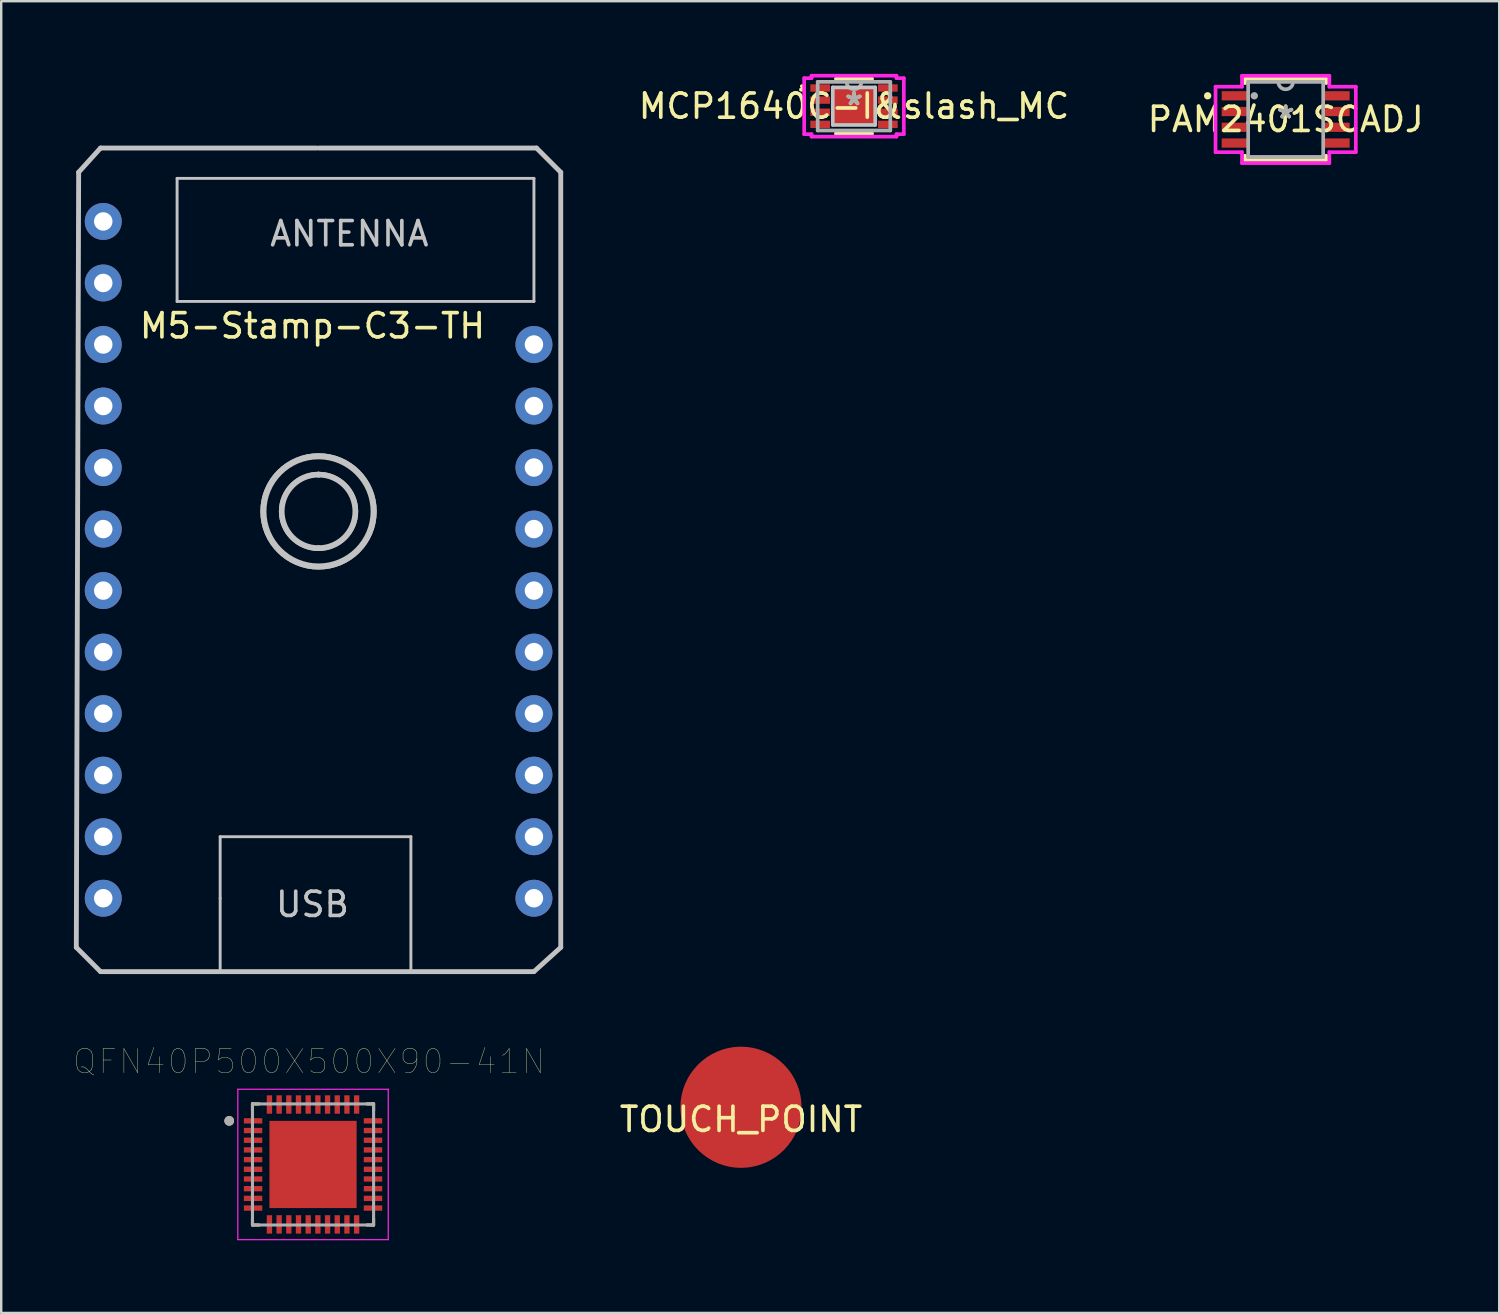
<source format=kicad_pcb>
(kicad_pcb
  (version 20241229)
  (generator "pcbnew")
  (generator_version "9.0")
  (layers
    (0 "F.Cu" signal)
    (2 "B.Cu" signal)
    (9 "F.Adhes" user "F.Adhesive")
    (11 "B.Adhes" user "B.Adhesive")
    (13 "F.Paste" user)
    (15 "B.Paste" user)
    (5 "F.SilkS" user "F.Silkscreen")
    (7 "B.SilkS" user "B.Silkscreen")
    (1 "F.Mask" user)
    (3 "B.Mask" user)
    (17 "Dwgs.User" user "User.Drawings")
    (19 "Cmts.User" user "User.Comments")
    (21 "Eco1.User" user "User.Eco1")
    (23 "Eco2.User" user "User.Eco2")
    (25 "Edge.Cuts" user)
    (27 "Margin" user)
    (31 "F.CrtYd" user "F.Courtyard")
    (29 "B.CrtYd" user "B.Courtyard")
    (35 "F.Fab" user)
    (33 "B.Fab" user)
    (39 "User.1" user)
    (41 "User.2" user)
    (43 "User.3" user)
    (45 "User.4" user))
  (footprint "M5-Stamp-C3-TH"
    (layer "F.Cu")
    (at 9.849 0.25)
    (property "Reference" "M5-Stamp-C3-TH" (at 0 10.152 0) (layer "F.SilkS") (effects (font (size 1 1) (thickness 0.15))))
    (attr through_hole)
    (fp_line (start -9.749 35.812) (end -8.749 36.812) (stroke (width 0.2) (type solid)) (layer "Dwgs.User"))
    (fp_line (start -9.652 3.81) (end -9.749 35.812) (stroke (width 0.2) (type solid)) (layer "Dwgs.User"))
    (fp_line (start -8.749 2.812) (end -9.652 3.81) (stroke (width 0.2) (type solid)) (layer "Dwgs.User"))
    (fp_line (start -8.749 36.812) (end 9.144 36.812) (stroke (width 0.2) (type solid)) (layer "Dwgs.User"))
    (fp_line (start -5.588 4.064) (end 9.144 4.064) (stroke (width 0.12) (type solid)) (layer "Dwgs.User"))
    (fp_line (start -5.588 9.144) (end -5.588 4.064) (stroke (width 0.12) (type solid)) (layer "Dwgs.User"))
    (fp_line (start -3.81 31.242) (end 4.064 31.242) (stroke (width 0.12) (type solid)) (layer "Dwgs.User"))
    (fp_line (start -3.81 33.782) (end -3.81 31.242) (stroke (width 0.12) (type solid)) (layer "Dwgs.User"))
    (fp_line (start -3.81 36.83) (end -3.81 33.782) (stroke (width 0.12) (type solid)) (layer "Dwgs.User"))
    (fp_line (start 0.166 2.812) (end -8.749 2.812) (stroke (width 0.2) (type solid)) (layer "Dwgs.User"))
    (fp_line (start 0.254 16.312) (end 0.254 16.312) (stroke (width 0.2) (type solid)) (layer "Dwgs.User"))
    (fp_line (start 0.254 19.312) (end 0.254 19.312) (stroke (width 0.2) (type solid)) (layer "Dwgs.User"))
    (fp_line (start 0.254 16.278) (end 0.254 16.278) (stroke (width 0.2) (type solid)) (layer "Dwgs.User"))
    (fp_line (start 0.254 16.278) (end 0.254 16.278) (stroke (width 0.2) (type solid)) (layer "Dwgs.User"))
    (fp_line (start 0.254 19.346) (end 0.254 19.346) (stroke (width 0.2) (type solid)) (layer "Dwgs.User"))
    (fp_line (start 0.254 19.346) (end 0.254 19.346) (stroke (width 0.2) (type solid)) (layer "Dwgs.User"))
    (fp_line (start 4.064 31.242) (end 4.064 36.83) (stroke (width 0.12) (type solid)) (layer "Dwgs.User"))
    (fp_line (start 9.144 4.064) (end 9.144 9.144) (stroke (width 0.12) (type solid)) (layer "Dwgs.User"))
    (fp_line (start 9.144 9.144) (end -5.588 9.144) (stroke (width 0.12) (type solid)) (layer "Dwgs.User"))
    (fp_line (start 9.144 36.812) (end 10.251 35.812) (stroke (width 0.2) (type solid)) (layer "Dwgs.User"))
    (fp_line (start 9.251 2.812) (end 0.251 2.812) (stroke (width 0.2) (type solid)) (layer "Dwgs.User"))
    (fp_line (start 10.251 3.812) (end 9.251 2.812) (stroke (width 0.2) (type solid)) (layer "Dwgs.User"))
    (fp_line (start 10.251 35.812) (end 10.251 3.812) (stroke (width 0.2) (type solid)) (layer "Dwgs.User"))
    (fp_arc (start 0.248864 19.34587) (mid -1.284999 17.812007) (end 0.248864 16.278144) (stroke (width 0.2) (type solid)) (layer "Dwgs.User"))
    (fp_arc (start 0.248864 19.34587) (mid -1.284999 17.812007) (end 0.248864 16.278144) (stroke (width 0.2) (type solid)) (layer "Dwgs.User"))
    (fp_arc (start 0.24892 19.312002) (mid -1.251077 17.812005) (end 0.24892 16.312008) (stroke (width 0.2) (type solid)) (layer "Dwgs.User"))
    (fp_arc (start 0.254 16.312008) (mid 1.753997 17.812005) (end 0.254 19.312002) (stroke (width 0.2) (type solid)) (layer "Dwgs.User"))
    (fp_arc (start 0.254059 16.278143) (mid 1.787923 17.812007) (end 0.254059 19.345871) (stroke (width 0.2) (type solid)) (layer "Dwgs.User"))
    (fp_arc (start 0.254059 16.278143) (mid 1.787923 17.812007) (end 0.254059 19.345871) (stroke (width 0.2) (type solid)) (layer "Dwgs.User"))
    (fp_circle (center 0.251 17.812) (end 2.501 17.812) (stroke (width 0.2) (type solid)) (fill no) (layer "Dwgs.User"))
    (fp_circle (center 0.251 17.812) (end 2.552 17.812) (stroke (width 0.2) (type solid)) (fill no) (layer "Dwgs.User"))
    (fp_circle (center 0.251 17.812) (end 2.552 17.812) (stroke (width 0.2) (type solid)) (fill no) (layer "Dwgs.User"))
    (fp_text user "ANTENNA" (at 1.524 6.35 0) (layer "Dwgs.User") (effects (font (size 1 1) (thickness 0.15))))
    (fp_text user "USB" (at 0 34.036 0) (layer "Dwgs.User") (effects (font (size 1 1) (thickness 0.15))))
    (pad "1" thru_hole circle (at -8.636 5.842) (size 1.524 1.524) (drill 0.762) (layers "*.Cu" "*.Mask"))
    (pad "2" thru_hole circle (at -8.636 8.382) (size 1.524 1.524) (drill 0.762) (layers "*.Cu" "*.Mask"))
    (pad "3" thru_hole circle (at -8.636 10.922) (size 1.524 1.524) (drill 0.762) (layers "*.Cu" "*.Mask"))
    (pad "4" thru_hole circle (at -8.636 13.462) (size 1.524 1.524) (drill 0.762) (layers "*.Cu" "*.Mask"))
    (pad "5" thru_hole circle (at -8.636 16.002) (size 1.524 1.524) (drill 0.762) (layers "*.Cu" "*.Mask"))
    (pad "6" thru_hole circle (at -8.636 18.542) (size 1.524 1.524) (drill 0.762) (layers "*.Cu" "*.Mask"))
    (pad "7" thru_hole circle (at -8.636 21.082) (size 1.524 1.524) (drill 0.762) (layers "*.Cu" "*.Mask"))
    (pad "8" thru_hole circle (at -8.636 23.622) (size 1.524 1.524) (drill 0.762) (layers "*.Cu" "*.Mask"))
    (pad "9" thru_hole circle (at -8.636 26.162) (size 1.524 1.524) (drill 0.762) (layers "*.Cu" "*.Mask"))
    (pad "10" thru_hole circle (at -8.636 28.702) (size 1.524 1.524) (drill 0.762) (layers "*.Cu" "*.Mask"))
    (pad "11" thru_hole circle (at -8.636 31.242) (size 1.524 1.524) (drill 0.762) (layers "*.Cu" "*.Mask"))
    (pad "12" thru_hole circle (at -8.636 33.782) (size 1.524 1.524) (drill 0.762) (layers "*.Cu" "*.Mask"))
    (pad "13" thru_hole circle (at 9.144 10.922) (size 1.524 1.524) (drill 0.762) (layers "*.Cu" "*.Mask"))
    (pad "14" thru_hole circle (at 9.144 13.462) (size 1.524 1.524) (drill 0.762) (layers "*.Cu" "*.Mask"))
    (pad "15" thru_hole circle (at 9.144 16.002) (size 1.524 1.524) (drill 0.762) (layers "*.Cu" "*.Mask"))
    (pad "16" thru_hole circle (at 9.144 18.542) (size 1.524 1.524) (drill 0.762) (layers "*.Cu" "*.Mask"))
    (pad "17" thru_hole circle (at 9.144 21.082) (size 1.524 1.524) (drill 0.762) (layers "*.Cu" "*.Mask"))
    (pad "18" thru_hole circle (at 9.144 23.622) (size 1.524 1.524) (drill 0.762) (layers "*.Cu" "*.Mask"))
    (pad "19" thru_hole circle (at 9.144 26.162) (size 1.524 1.524) (drill 0.762) (layers "*.Cu" "*.Mask"))
    (pad "20" thru_hole circle (at 9.144 28.702) (size 1.524 1.524) (drill 0.762) (layers "*.Cu" "*.Mask"))
    (pad "21" thru_hole circle (at 9.144 31.242) (size 1.524 1.524) (drill 0.762) (layers "*.Cu" "*.Mask"))
    (pad "22" thru_hole circle (at 9.144 33.782) (size 1.524 1.524) (drill 0.762) (layers "*.Cu" "*.Mask")))
  (footprint "TOUCH_POINT"
    (layer "F.Cu")
    (at 27.541 42.662)
    (property "Reference" "TOUCH_POINT" (at 0 0.5 0) (layer "F.SilkS") (effects (font (size 1 1) (thickness 0.15))))
    (attr through_hole)
    (pad "P$1" smd circle (at 0 0) (size 5 5) (layers "F.Cu" "F.Mask")))
  (footprint "QFN40P500X500X90-41N"
    (layer "F.Cu")
    (at 9.873 45.023)
    (property "Reference" "QFN40P500X500X90-41N" (at -0.165 -4.25 0) (layer "F.SilkS") (effects (font (size 1 1) (thickness 0.015))))
    (attr through_hole)
    (fp_line (start -2.5 -2.5) (end -2.5 -2.23) (stroke (width 0.127) (type solid)) (layer "F.SilkS"))
    (fp_line (start -2.5 -2.5) (end -2.23 -2.5) (stroke (width 0.127) (type solid)) (layer "F.SilkS"))
    (fp_line (start -2.5 2.5) (end -2.5 2.23) (stroke (width 0.127) (type solid)) (layer "F.SilkS"))
    (fp_line (start -2.5 2.5) (end -2.23 2.5) (stroke (width 0.127) (type solid)) (layer "F.SilkS"))
    (fp_line (start 2.5 -2.5) (end 2.23 -2.5) (stroke (width 0.127) (type solid)) (layer "F.SilkS"))
    (fp_line (start 2.5 -2.5) (end 2.5 -2.23) (stroke (width 0.127) (type solid)) (layer "F.SilkS"))
    (fp_line (start 2.5 2.5) (end 2.23 2.5) (stroke (width 0.127) (type solid)) (layer "F.SilkS"))
    (fp_line (start 2.5 2.5) (end 2.5 2.23) (stroke (width 0.127) (type solid)) (layer "F.SilkS"))
    (fp_circle (center -3.46 -1.8) (end -3.36 -1.8) (stroke (width 0.2) (type solid)) (fill no) (layer "F.SilkS"))
    (fp_poly (pts (xy -1.14 -1.14) (xy 1.14 -1.14) (xy 1.14 1.14) (xy -1.14 1.14)) (stroke (width 0.01) (type solid)) (fill yes) (layer "F.Paste"))
    (fp_line (start -3.105 -3.105) (end 3.105 -3.105) (stroke (width 0.05) (type solid)) (layer "F.CrtYd"))
    (fp_line (start -3.105 3.105) (end -3.105 -3.105) (stroke (width 0.05) (type solid)) (layer "F.CrtYd"))
    (fp_line (start -3.105 3.105) (end 3.105 3.105) (stroke (width 0.05) (type solid)) (layer "F.CrtYd"))
    (fp_line (start 3.105 3.105) (end 3.105 -3.105) (stroke (width 0.05) (type solid)) (layer "F.CrtYd"))
    (fp_line (start -2.5 2.5) (end -2.5 -2.5) (stroke (width 0.127) (type solid)) (layer "F.Fab"))
    (fp_line (start 2.5 -2.5) (end -2.5 -2.5) (stroke (width 0.127) (type solid)) (layer "F.Fab"))
    (fp_line (start 2.5 2.5) (end -2.5 2.5) (stroke (width 0.127) (type solid)) (layer "F.Fab"))
    (fp_line (start 2.5 2.5) (end 2.5 -2.5) (stroke (width 0.127) (type solid)) (layer "F.Fab"))
    (fp_circle (center -3.46 -1.8) (end -3.36 -1.8) (stroke (width 0.2) (type solid)) (fill no) (layer "F.Fab"))
    (pad "1" smd rect (at -2.475 -1.8) (size 0.76 0.22) (layers "F.Cu" "F.Mask" "F.Paste"))
    (pad "2" smd rect (at -2.475 -1.4) (size 0.76 0.22) (layers "F.Cu" "F.Mask" "F.Paste"))
    (pad "3" smd rect (at -2.475 -1) (size 0.76 0.22) (layers "F.Cu" "F.Mask" "F.Paste"))
    (pad "4" smd rect (at -2.475 -0.6) (size 0.76 0.22) (layers "F.Cu" "F.Mask" "F.Paste"))
    (pad "5" smd rect (at -2.475 -0.2) (size 0.76 0.22) (layers "F.Cu" "F.Mask" "F.Paste"))
    (pad "6" smd rect (at -2.475 0.2) (size 0.76 0.22) (layers "F.Cu" "F.Mask" "F.Paste"))
    (pad "7" smd rect (at -2.475 0.6) (size 0.76 0.22) (layers "F.Cu" "F.Mask" "F.Paste"))
    (pad "8" smd rect (at -2.475 1) (size 0.76 0.22) (layers "F.Cu" "F.Mask" "F.Paste"))
    (pad "9" smd rect (at -2.475 1.4) (size 0.76 0.22) (layers "F.Cu" "F.Mask" "F.Paste"))
    (pad "10" smd rect (at -2.475 1.8) (size 0.76 0.22) (layers "F.Cu" "F.Mask" "F.Paste"))
    (pad "11" smd rect (at -1.8 2.475) (size 0.22 0.76) (layers "F.Cu" "F.Mask" "F.Paste"))
    (pad "12" smd rect (at -1.4 2.475) (size 0.22 0.76) (layers "F.Cu" "F.Mask" "F.Paste"))
    (pad "13" smd rect (at -1 2.475) (size 0.22 0.76) (layers "F.Cu" "F.Mask" "F.Paste"))
    (pad "14" smd rect (at -0.6 2.475) (size 0.22 0.76) (layers "F.Cu" "F.Mask" "F.Paste"))
    (pad "15" smd rect (at -0.2 2.475) (size 0.22 0.76) (layers "F.Cu" "F.Mask" "F.Paste"))
    (pad "16" smd rect (at 0.2 2.475) (size 0.22 0.76) (layers "F.Cu" "F.Mask" "F.Paste"))
    (pad "17" smd rect (at 0.6 2.475) (size 0.22 0.76) (layers "F.Cu" "F.Mask" "F.Paste"))
    (pad "18" smd rect (at 1 2.475) (size 0.22 0.76) (layers "F.Cu" "F.Mask" "F.Paste"))
    (pad "19" smd rect (at 1.4 2.475) (size 0.22 0.76) (layers "F.Cu" "F.Mask" "F.Paste"))
    (pad "20" smd rect (at 1.8 2.475) (size 0.22 0.76) (layers "F.Cu" "F.Mask" "F.Paste"))
    (pad "21" smd rect (at 2.475 1.8) (size 0.76 0.22) (layers "F.Cu" "F.Mask" "F.Paste"))
    (pad "22" smd rect (at 2.475 1.4) (size 0.76 0.22) (layers "F.Cu" "F.Mask" "F.Paste"))
    (pad "23" smd rect (at 2.475 1) (size 0.76 0.22) (layers "F.Cu" "F.Mask" "F.Paste"))
    (pad "24" smd rect (at 2.475 0.6) (size 0.76 0.22) (layers "F.Cu" "F.Mask" "F.Paste"))
    (pad "25" smd rect (at 2.475 0.2) (size 0.76 0.22) (layers "F.Cu" "F.Mask" "F.Paste"))
    (pad "26" smd rect (at 2.475 -0.2) (size 0.76 0.22) (layers "F.Cu" "F.Mask" "F.Paste"))
    (pad "27" smd rect (at 2.475 -0.6) (size 0.76 0.22) (layers "F.Cu" "F.Mask" "F.Paste"))
    (pad "28" smd rect (at 2.475 -1) (size 0.76 0.22) (layers "F.Cu" "F.Mask" "F.Paste"))
    (pad "29" smd rect (at 2.475 -1.4) (size 0.76 0.22) (layers "F.Cu" "F.Mask" "F.Paste"))
    (pad "30" smd rect (at 2.475 -1.8) (size 0.76 0.22) (layers "F.Cu" "F.Mask" "F.Paste"))
    (pad "31" smd rect (at 1.8 -2.475) (size 0.22 0.76) (layers "F.Cu" "F.Mask" "F.Paste"))
    (pad "32" smd rect (at 1.4 -2.475) (size 0.22 0.76) (layers "F.Cu" "F.Mask" "F.Paste"))
    (pad "33" smd rect (at 1 -2.475) (size 0.22 0.76) (layers "F.Cu" "F.Mask" "F.Paste"))
    (pad "34" smd rect (at 0.6 -2.475) (size 0.22 0.76) (layers "F.Cu" "F.Mask" "F.Paste"))
    (pad "35" smd rect (at 0.2 -2.475) (size 0.22 0.76) (layers "F.Cu" "F.Mask" "F.Paste"))
    (pad "36" smd rect (at -0.2 -2.475) (size 0.22 0.76) (layers "F.Cu" "F.Mask" "F.Paste"))
    (pad "37" smd rect (at -0.6 -2.475) (size 0.22 0.76) (layers "F.Cu" "F.Mask" "F.Paste"))
    (pad "38" smd rect (at -1 -2.475) (size 0.22 0.76) (layers "F.Cu" "F.Mask" "F.Paste"))
    (pad "39" smd rect (at -1.4 -2.475) (size 0.22 0.76) (layers "F.Cu" "F.Mask" "F.Paste"))
    (pad "40" smd rect (at -1.8 -2.475) (size 0.22 0.76) (layers "F.Cu" "F.Mask" "F.Paste"))
    (pad "41" smd rect (at 0 0) (size 3.6 3.6) (layers "F.Cu" "F.Mask")))
  (footprint "MCP1640C-I&slash_MC"
    (layer "F.Cu")
    (at 32.206 1.333)
    (property "Reference" "MCP1640C-I&slash_MC" (at 0 0 0) (layer "F.SilkS") (effects (font (size 1 1) (thickness 0.15))))
    (attr through_hole)
    (fp_line (start -0.748 1.13) (end 0.748 1.13) (stroke (width 0.152) (type solid)) (layer "F.SilkS"))
    (fp_line (start 0.748 -1.13) (end -0.748 -1.13) (stroke (width 0.152) (type solid)) (layer "F.SilkS"))
    (fp_arc (start -2.155 -0.8262) (mid -2.081171 -0.73114) (end -2.191546 -0.683136) (stroke (width 0.1524) (type solid)) (layer "F.SilkS"))
    (fp_line (start -0.876 -0.775) (end -0.876 0.775) (stroke (width 0.152) (type solid)) (layer "Dwgs.User"))
    (fp_line (start -0.876 0.775) (end 0.876 0.775) (stroke (width 0.152) (type solid)) (layer "Dwgs.User"))
    (fp_line (start 0.876 -0.775) (end -0.876 -0.775) (stroke (width 0.152) (type solid)) (layer "Dwgs.User"))
    (fp_line (start 0.876 0.775) (end 0.876 -0.775) (stroke (width 0.152) (type solid)) (layer "Dwgs.User"))
    (fp_line (start -2.057 -1.156) (end -1.753 -1.156) (stroke (width 0.152) (type solid)) (layer "F.CrtYd"))
    (fp_line (start -2.057 1.156) (end -2.057 -1.156) (stroke (width 0.152) (type solid)) (layer "F.CrtYd"))
    (fp_line (start -1.753 -1.257) (end 1.753 -1.257) (stroke (width 0.152) (type solid)) (layer "F.CrtYd"))
    (fp_line (start -1.753 -1.156) (end -1.753 -1.257) (stroke (width 0.152) (type solid)) (layer "F.CrtYd"))
    (fp_line (start -1.753 1.156) (end -2.057 1.156) (stroke (width 0.152) (type solid)) (layer "F.CrtYd"))
    (fp_line (start -1.753 1.257) (end -1.753 1.156) (stroke (width 0.152) (type solid)) (layer "F.CrtYd"))
    (fp_line (start 1.753 -1.257) (end 1.753 -1.156) (stroke (width 0.152) (type solid)) (layer "F.CrtYd"))
    (fp_line (start 1.753 -1.156) (end 2.057 -1.156) (stroke (width 0.152) (type solid)) (layer "F.CrtYd"))
    (fp_line (start 1.753 1.156) (end 1.753 1.257) (stroke (width 0.152) (type solid)) (layer "F.CrtYd"))
    (fp_line (start 1.753 1.257) (end -1.753 1.257) (stroke (width 0.152) (type solid)) (layer "F.CrtYd"))
    (fp_line (start 2.057 -1.156) (end 2.057 1.156) (stroke (width 0.152) (type solid)) (layer "F.CrtYd"))
    (fp_line (start 2.057 1.156) (end 1.753 1.156) (stroke (width 0.152) (type solid)) (layer "F.CrtYd"))
    (fp_line (start -1.499 -1.003) (end -1.499 1.003) (stroke (width 0.152) (type solid)) (layer "F.Fab"))
    (fp_line (start -1.499 1.003) (end 1.499 1.003) (stroke (width 0.152) (type solid)) (layer "F.Fab"))
    (fp_line (start 1.499 -1.003) (end -1.499 -1.003) (stroke (width 0.152) (type solid)) (layer "F.Fab"))
    (fp_line (start 1.499 1.003) (end 1.499 -1.003) (stroke (width 0.152) (type solid)) (layer "F.Fab"))
    (fp_arc (start 0.3048 -1.0033) (mid 0 -0.6985) (end -0.3048 -1.0033) (stroke (width 0.1524) (type solid)) (layer "F.Fab"))
    (fp_text user "*" (at 0 0 0) (layer "F.SilkS") (effects (font (size 1 1) (thickness 0.15))))
    (fp_text user "Copyright 2016 Accelerated Designs. All rights reserved." (at 0 0 0) (layer "Cmts.User") (effects (font (size 0.127 0.127) (thickness 0.002))))
    (fp_text user "*" (at 0 0 0) (layer "F.Fab") (effects (font (size 1 1) (thickness 0.15))))
    (pad "1" smd rect (at -1.397 -0.75) (size 0.813 0.305) (layers "F.Cu" "F.Mask" "F.Paste"))
    (pad "2" smd rect (at -1.397 -0.25) (size 0.813 0.305) (layers "F.Cu" "F.Mask" "F.Paste"))
    (pad "3" smd rect (at -1.397 0.25) (size 0.813 0.305) (layers "F.Cu" "F.Mask" "F.Paste"))
    (pad "4" smd rect (at -1.397 0.75) (size 0.813 0.305) (layers "F.Cu" "F.Mask" "F.Paste"))
    (pad "5" smd rect (at 1.397 0.75) (size 0.813 0.305) (layers "F.Cu" "F.Mask" "F.Paste"))
    (pad "6" smd rect (at 1.397 0.25) (size 0.813 0.305) (layers "F.Cu" "F.Mask" "F.Paste"))
    (pad "7" smd rect (at 1.397 -0.25) (size 0.813 0.305) (layers "F.Cu" "F.Mask" "F.Paste"))
    (pad "8" smd rect (at 1.397 -0.75) (size 0.813 0.305) (layers "F.Cu" "F.Mask" "F.Paste"))
    (pad "9" smd rect (at 0 0) (size 1.753 1.549) (layers "F.Cu" "F.Mask" "F.Paste")))
  (footprint "PAM2401SCADJ"
    (layer "F.Cu")
    (at 50.027 1.88)
    (property "Reference" "PAM2401SCADJ" (at 0 0 0) (layer "F.SilkS") (effects (font (size 1 1) (thickness 0.15))))
    (attr through_hole)
    (fp_line (start -1.676 -1.676) (end -1.676 -1.499) (stroke (width 0.152) (type solid)) (layer "F.SilkS"))
    (fp_line (start -1.676 1.499) (end -1.676 1.676) (stroke (width 0.152) (type solid)) (layer "F.SilkS"))
    (fp_line (start -1.676 1.676) (end 1.676 1.676) (stroke (width 0.152) (type solid)) (layer "F.SilkS"))
    (fp_line (start 1.676 -1.676) (end -1.676 -1.676) (stroke (width 0.152) (type solid)) (layer "F.SilkS"))
    (fp_line (start 1.676 -1.499) (end 1.676 -1.676) (stroke (width 0.152) (type solid)) (layer "F.SilkS"))
    (fp_line (start 1.676 1.676) (end 1.676 1.499) (stroke (width 0.152) (type solid)) (layer "F.SilkS"))
    (fp_circle (center -3.221 -0.975) (end -3.145 -0.975) (stroke (width 0.152) (type solid)) (fill no) (layer "F.SilkS"))
    (fp_line (start -2.896 -1.351) (end -1.803 -1.351) (stroke (width 0.152) (type solid)) (layer "F.CrtYd"))
    (fp_line (start -2.896 1.351) (end -2.896 -1.351) (stroke (width 0.152) (type solid)) (layer "F.CrtYd"))
    (fp_line (start -1.803 -1.803) (end 1.803 -1.803) (stroke (width 0.152) (type solid)) (layer "F.CrtYd"))
    (fp_line (start -1.803 -1.351) (end -1.803 -1.803) (stroke (width 0.152) (type solid)) (layer "F.CrtYd"))
    (fp_line (start -1.803 1.351) (end -2.896 1.351) (stroke (width 0.152) (type solid)) (layer "F.CrtYd"))
    (fp_line (start -1.803 1.803) (end -1.803 1.351) (stroke (width 0.152) (type solid)) (layer "F.CrtYd"))
    (fp_line (start 1.803 -1.803) (end 1.803 -1.351) (stroke (width 0.152) (type solid)) (layer "F.CrtYd"))
    (fp_line (start 1.803 -1.351) (end 2.896 -1.351) (stroke (width 0.152) (type solid)) (layer "F.CrtYd"))
    (fp_line (start 1.803 1.351) (end 1.803 1.803) (stroke (width 0.152) (type solid)) (layer "F.CrtYd"))
    (fp_line (start 1.803 1.803) (end -1.803 1.803) (stroke (width 0.152) (type solid)) (layer "F.CrtYd"))
    (fp_line (start 2.896 -1.351) (end 2.896 1.351) (stroke (width 0.152) (type solid)) (layer "F.CrtYd"))
    (fp_line (start 2.896 1.351) (end 1.803 1.351) (stroke (width 0.152) (type solid)) (layer "F.CrtYd"))
    (fp_line (start -1.549 -1.549) (end -1.549 1.549) (stroke (width 0.152) (type solid)) (layer "F.Fab"))
    (fp_line (start -1.549 1.549) (end 1.549 1.549) (stroke (width 0.152) (type solid)) (layer "F.Fab"))
    (fp_line (start 1.549 -1.549) (end -1.549 -1.549) (stroke (width 0.152) (type solid)) (layer "F.Fab"))
    (fp_line (start 1.549 1.549) (end 1.549 -1.549) (stroke (width 0.152) (type solid)) (layer "F.Fab"))
    (fp_arc (start 0.3048 -1.5494) (mid 0 -1.2446) (end -0.3048 -1.5494) (stroke (width 0.1524) (type solid)) (layer "F.Fab"))
    (fp_circle (center -1.295 -0.975) (end -1.219 -0.975) (stroke (width 0.152) (type solid)) (fill no) (layer "F.Fab"))
    (fp_text user "*" (at 0 0 0) (layer "F.SilkS") (effects (font (size 1 1) (thickness 0.15))))
    (fp_text user "Copyright 2016 Accelerated Designs. All rights reserved." (at 0 0 0) (layer "Cmts.User") (effects (font (size 0.127 0.127) (thickness 0.002))))
    (fp_text user "*" (at 0 0 0) (layer "F.Fab") (effects (font (size 1 1) (thickness 0.15))))
    (pad "1" smd rect (at -2.121 -0.975) (size 1.041 0.381) (layers "F.Cu" "F.Mask" "F.Paste"))
    (pad "2" smd rect (at -2.121 -0.325) (size 1.041 0.381) (layers "F.Cu" "F.Mask" "F.Paste"))
    (pad "3" smd rect (at -2.121 0.325) (size 1.041 0.381) (layers "F.Cu" "F.Mask" "F.Paste"))
    (pad "4" smd rect (at -2.121 0.975) (size 1.041 0.381) (layers "F.Cu" "F.Mask" "F.Paste"))
    (pad "5" smd rect (at 2.121 0.975) (size 1.041 0.381) (layers "F.Cu" "F.Mask" "F.Paste"))
    (pad "6" smd rect (at 2.121 0.325) (size 1.041 0.381) (layers "F.Cu" "F.Mask" "F.Paste"))
    (pad "7" smd rect (at 2.121 -0.325) (size 1.041 0.381) (layers "F.Cu" "F.Mask" "F.Paste"))
    (pad "8" smd rect (at 2.121 -0.975) (size 1.041 0.381) (layers "F.Cu" "F.Mask" "F.Paste")))
  (gr_rect
    (start -3 -3)
    (end 58.843 51.153)
    (stroke (width 0.1) (type default))
    (fill no)
    (layer "Edge.Cuts")))
</source>
